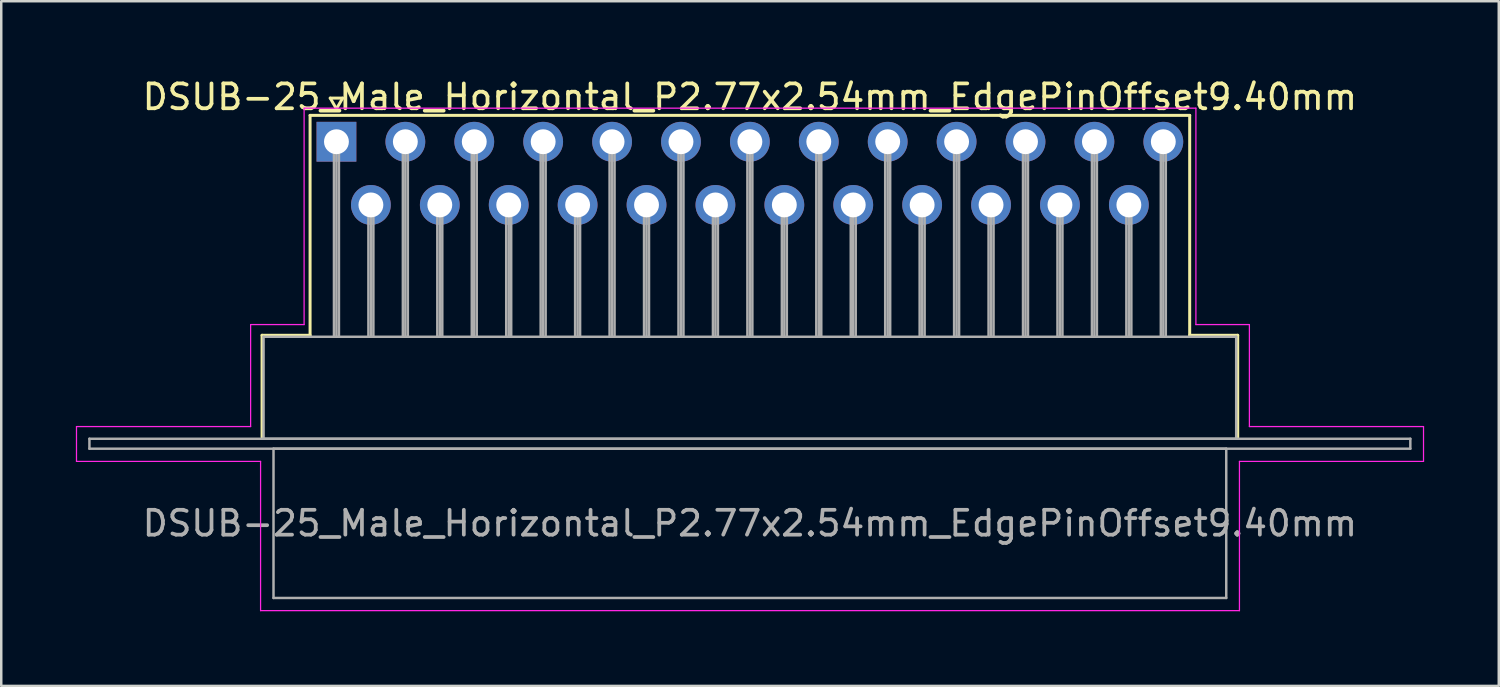
<source format=kicad_pcb>
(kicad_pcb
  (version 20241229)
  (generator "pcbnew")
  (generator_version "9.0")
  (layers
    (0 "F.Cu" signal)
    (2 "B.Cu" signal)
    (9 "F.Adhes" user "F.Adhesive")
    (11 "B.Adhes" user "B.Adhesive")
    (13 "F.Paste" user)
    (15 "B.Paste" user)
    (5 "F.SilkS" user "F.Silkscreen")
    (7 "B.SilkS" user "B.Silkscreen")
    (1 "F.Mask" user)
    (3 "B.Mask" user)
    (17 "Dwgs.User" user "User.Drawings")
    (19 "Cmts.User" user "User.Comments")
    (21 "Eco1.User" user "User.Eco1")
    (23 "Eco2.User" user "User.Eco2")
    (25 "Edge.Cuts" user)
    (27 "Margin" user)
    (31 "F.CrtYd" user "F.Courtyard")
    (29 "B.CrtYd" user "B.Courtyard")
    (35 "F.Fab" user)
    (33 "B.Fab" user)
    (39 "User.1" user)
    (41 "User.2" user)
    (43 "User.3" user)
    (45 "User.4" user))
  (footprint "DSUB-25_Male_Horizontal_P2.77x2.54mm_EdgePinOffset9.40mm"
    (layer "F.Cu")
    (at 10.475 2.648)
    (property "Reference" "DSUB-25_Male_Horizontal_P2.77x2.54mm_EdgePinOffset9.40mm" (at 16.62 -1.8 0) (layer "F.SilkS") (effects (font (size 1 1) (thickness 0.15))))
    (attr through_hole)
    (fp_line (start -2.99 7.78) (end -1.06 7.78) (stroke (width 0.12) (type solid)) (layer "F.SilkS"))
    (fp_line (start -2.99 11.88) (end -2.99 7.78) (stroke (width 0.12) (type solid)) (layer "F.SilkS"))
    (fp_line (start -1.06 -1.06) (end 34.3 -1.06) (stroke (width 0.12) (type solid)) (layer "F.SilkS"))
    (fp_line (start -1.06 7.78) (end -1.06 -1.06) (stroke (width 0.12) (type solid)) (layer "F.SilkS"))
    (fp_line (start -0.25 -1.754) (end 0.25 -1.754) (stroke (width 0.12) (type solid)) (layer "F.SilkS"))
    (fp_line (start 0 -1.321) (end -0.25 -1.754) (stroke (width 0.12) (type solid)) (layer "F.SilkS"))
    (fp_line (start 0.25 -1.754) (end 0 -1.321) (stroke (width 0.12) (type solid)) (layer "F.SilkS"))
    (fp_line (start 34.3 -1.06) (end 34.3 7.78) (stroke (width 0.12) (type solid)) (layer "F.SilkS"))
    (fp_line (start 34.3 7.78) (end 36.23 7.78) (stroke (width 0.12) (type solid)) (layer "F.SilkS"))
    (fp_line (start 36.23 7.78) (end 36.23 11.88) (stroke (width 0.12) (type solid)) (layer "F.SilkS"))
    (fp_line (start -10.45 11.45) (end -3.45 11.45) (stroke (width 0.05) (type solid)) (layer "F.CrtYd"))
    (fp_line (start -10.45 12.85) (end -10.45 11.45) (stroke (width 0.05) (type solid)) (layer "F.CrtYd"))
    (fp_line (start -3.45 7.35) (end -1.3 7.35) (stroke (width 0.05) (type solid)) (layer "F.CrtYd"))
    (fp_line (start -3.45 11.45) (end -3.45 7.35) (stroke (width 0.05) (type solid)) (layer "F.CrtYd"))
    (fp_line (start -3.05 12.85) (end -10.45 12.85) (stroke (width 0.05) (type solid)) (layer "F.CrtYd"))
    (fp_line (start -3.05 18.85) (end -3.05 12.85) (stroke (width 0.05) (type solid)) (layer "F.CrtYd"))
    (fp_line (start -1.3 -1.35) (end 34.55 -1.35) (stroke (width 0.05) (type solid)) (layer "F.CrtYd"))
    (fp_line (start -1.3 7.35) (end -1.3 -1.35) (stroke (width 0.05) (type solid)) (layer "F.CrtYd"))
    (fp_line (start 34.55 -1.35) (end 34.55 7.35) (stroke (width 0.05) (type solid)) (layer "F.CrtYd"))
    (fp_line (start 34.55 7.35) (end 36.7 7.35) (stroke (width 0.05) (type solid)) (layer "F.CrtYd"))
    (fp_line (start 36.3 12.85) (end 36.3 18.85) (stroke (width 0.05) (type solid)) (layer "F.CrtYd"))
    (fp_line (start 36.3 18.85) (end -3.05 18.85) (stroke (width 0.05) (type solid)) (layer "F.CrtYd"))
    (fp_line (start 36.7 7.35) (end 36.7 11.45) (stroke (width 0.05) (type solid)) (layer "F.CrtYd"))
    (fp_line (start 36.7 11.45) (end 43.7 11.45) (stroke (width 0.05) (type solid)) (layer "F.CrtYd"))
    (fp_line (start 43.7 11.45) (end 43.7 12.85) (stroke (width 0.05) (type solid)) (layer "F.CrtYd"))
    (fp_line (start 43.7 12.85) (end 36.3 12.85) (stroke (width 0.05) (type solid)) (layer "F.CrtYd"))
    (fp_line (start -9.93 11.94) (end -9.93 12.34) (stroke (width 0.1) (type solid)) (layer "F.Fab"))
    (fp_line (start -9.93 12.34) (end 43.17 12.34) (stroke (width 0.1) (type solid)) (layer "F.Fab"))
    (fp_line (start -2.93 7.84) (end -2.93 11.94) (stroke (width 0.1) (type solid)) (layer "F.Fab"))
    (fp_line (start -2.93 11.94) (end 36.17 11.94) (stroke (width 0.1) (type solid)) (layer "F.Fab"))
    (fp_line (start -2.53 12.34) (end -2.53 18.34) (stroke (width 0.1) (type solid)) (layer "F.Fab"))
    (fp_line (start -2.53 18.34) (end 35.77 18.34) (stroke (width 0.1) (type solid)) (layer "F.Fab"))
    (fp_line (start -0.1 0) (end -0.1 7.84) (stroke (width 0.1) (type solid)) (layer "F.Fab"))
    (fp_line (start 0 0) (end 0 7.84) (stroke (width 0.1) (type solid)) (layer "F.Fab"))
    (fp_line (start 0.1 0) (end 0.1 7.84) (stroke (width 0.1) (type solid)) (layer "F.Fab"))
    (fp_line (start 1.285 2.54) (end 1.285 7.84) (stroke (width 0.1) (type solid)) (layer "F.Fab"))
    (fp_line (start 1.385 2.54) (end 1.385 7.84) (stroke (width 0.1) (type solid)) (layer "F.Fab"))
    (fp_line (start 1.485 2.54) (end 1.485 7.84) (stroke (width 0.1) (type solid)) (layer "F.Fab"))
    (fp_line (start 2.67 0) (end 2.67 7.84) (stroke (width 0.1) (type solid)) (layer "F.Fab"))
    (fp_line (start 2.77 0) (end 2.77 7.84) (stroke (width 0.1) (type solid)) (layer "F.Fab"))
    (fp_line (start 2.87 0) (end 2.87 7.84) (stroke (width 0.1) (type solid)) (layer "F.Fab"))
    (fp_line (start 4.055 2.54) (end 4.055 7.84) (stroke (width 0.1) (type solid)) (layer "F.Fab"))
    (fp_line (start 4.155 2.54) (end 4.155 7.84) (stroke (width 0.1) (type solid)) (layer "F.Fab"))
    (fp_line (start 4.255 2.54) (end 4.255 7.84) (stroke (width 0.1) (type solid)) (layer "F.Fab"))
    (fp_line (start 5.44 0) (end 5.44 7.84) (stroke (width 0.1) (type solid)) (layer "F.Fab"))
    (fp_line (start 5.54 0) (end 5.54 7.84) (stroke (width 0.1) (type solid)) (layer "F.Fab"))
    (fp_line (start 5.64 0) (end 5.64 7.84) (stroke (width 0.1) (type solid)) (layer "F.Fab"))
    (fp_line (start 6.825 2.54) (end 6.825 7.84) (stroke (width 0.1) (type solid)) (layer "F.Fab"))
    (fp_line (start 6.925 2.54) (end 6.925 7.84) (stroke (width 0.1) (type solid)) (layer "F.Fab"))
    (fp_line (start 7.025 2.54) (end 7.025 7.84) (stroke (width 0.1) (type solid)) (layer "F.Fab"))
    (fp_line (start 8.21 0) (end 8.21 7.84) (stroke (width 0.1) (type solid)) (layer "F.Fab"))
    (fp_line (start 8.31 0) (end 8.31 7.84) (stroke (width 0.1) (type solid)) (layer "F.Fab"))
    (fp_line (start 8.41 0) (end 8.41 7.84) (stroke (width 0.1) (type solid)) (layer "F.Fab"))
    (fp_line (start 9.595 2.54) (end 9.595 7.84) (stroke (width 0.1) (type solid)) (layer "F.Fab"))
    (fp_line (start 9.695 2.54) (end 9.695 7.84) (stroke (width 0.1) (type solid)) (layer "F.Fab"))
    (fp_line (start 9.795 2.54) (end 9.795 7.84) (stroke (width 0.1) (type solid)) (layer "F.Fab"))
    (fp_line (start 10.98 0) (end 10.98 7.84) (stroke (width 0.1) (type solid)) (layer "F.Fab"))
    (fp_line (start 11.08 0) (end 11.08 7.84) (stroke (width 0.1) (type solid)) (layer "F.Fab"))
    (fp_line (start 11.18 0) (end 11.18 7.84) (stroke (width 0.1) (type solid)) (layer "F.Fab"))
    (fp_line (start 12.365 2.54) (end 12.365 7.84) (stroke (width 0.1) (type solid)) (layer "F.Fab"))
    (fp_line (start 12.465 2.54) (end 12.465 7.84) (stroke (width 0.1) (type solid)) (layer "F.Fab"))
    (fp_line (start 12.565 2.54) (end 12.565 7.84) (stroke (width 0.1) (type solid)) (layer "F.Fab"))
    (fp_line (start 13.75 0) (end 13.75 7.84) (stroke (width 0.1) (type solid)) (layer "F.Fab"))
    (fp_line (start 13.85 0) (end 13.85 7.84) (stroke (width 0.1) (type solid)) (layer "F.Fab"))
    (fp_line (start 13.95 0) (end 13.95 7.84) (stroke (width 0.1) (type solid)) (layer "F.Fab"))
    (fp_line (start 15.135 2.54) (end 15.135 7.84) (stroke (width 0.1) (type solid)) (layer "F.Fab"))
    (fp_line (start 15.235 2.54) (end 15.235 7.84) (stroke (width 0.1) (type solid)) (layer "F.Fab"))
    (fp_line (start 15.335 2.54) (end 15.335 7.84) (stroke (width 0.1) (type solid)) (layer "F.Fab"))
    (fp_line (start 16.52 0) (end 16.52 7.84) (stroke (width 0.1) (type solid)) (layer "F.Fab"))
    (fp_line (start 16.62 0) (end 16.62 7.84) (stroke (width 0.1) (type solid)) (layer "F.Fab"))
    (fp_line (start 16.72 0) (end 16.72 7.84) (stroke (width 0.1) (type solid)) (layer "F.Fab"))
    (fp_line (start 17.905 2.54) (end 17.905 7.84) (stroke (width 0.1) (type solid)) (layer "F.Fab"))
    (fp_line (start 18.005 2.54) (end 18.005 7.84) (stroke (width 0.1) (type solid)) (layer "F.Fab"))
    (fp_line (start 18.105 2.54) (end 18.105 7.84) (stroke (width 0.1) (type solid)) (layer "F.Fab"))
    (fp_line (start 19.29 0) (end 19.29 7.84) (stroke (width 0.1) (type solid)) (layer "F.Fab"))
    (fp_line (start 19.39 0) (end 19.39 7.84) (stroke (width 0.1) (type solid)) (layer "F.Fab"))
    (fp_line (start 19.49 0) (end 19.49 7.84) (stroke (width 0.1) (type solid)) (layer "F.Fab"))
    (fp_line (start 20.675 2.54) (end 20.675 7.84) (stroke (width 0.1) (type solid)) (layer "F.Fab"))
    (fp_line (start 20.775 2.54) (end 20.775 7.84) (stroke (width 0.1) (type solid)) (layer "F.Fab"))
    (fp_line (start 20.875 2.54) (end 20.875 7.84) (stroke (width 0.1) (type solid)) (layer "F.Fab"))
    (fp_line (start 22.06 0) (end 22.06 7.84) (stroke (width 0.1) (type solid)) (layer "F.Fab"))
    (fp_line (start 22.16 0) (end 22.16 7.84) (stroke (width 0.1) (type solid)) (layer "F.Fab"))
    (fp_line (start 22.26 0) (end 22.26 7.84) (stroke (width 0.1) (type solid)) (layer "F.Fab"))
    (fp_line (start 23.445 2.54) (end 23.445 7.84) (stroke (width 0.1) (type solid)) (layer "F.Fab"))
    (fp_line (start 23.545 2.54) (end 23.545 7.84) (stroke (width 0.1) (type solid)) (layer "F.Fab"))
    (fp_line (start 23.645 2.54) (end 23.645 7.84) (stroke (width 0.1) (type solid)) (layer "F.Fab"))
    (fp_line (start 24.83 0) (end 24.83 7.84) (stroke (width 0.1) (type solid)) (layer "F.Fab"))
    (fp_line (start 24.93 0) (end 24.93 7.84) (stroke (width 0.1) (type solid)) (layer "F.Fab"))
    (fp_line (start 25.03 0) (end 25.03 7.84) (stroke (width 0.1) (type solid)) (layer "F.Fab"))
    (fp_line (start 26.215 2.54) (end 26.215 7.84) (stroke (width 0.1) (type solid)) (layer "F.Fab"))
    (fp_line (start 26.315 2.54) (end 26.315 7.84) (stroke (width 0.1) (type solid)) (layer "F.Fab"))
    (fp_line (start 26.415 2.54) (end 26.415 7.84) (stroke (width 0.1) (type solid)) (layer "F.Fab"))
    (fp_line (start 27.6 0) (end 27.6 7.84) (stroke (width 0.1) (type solid)) (layer "F.Fab"))
    (fp_line (start 27.7 0) (end 27.7 7.84) (stroke (width 0.1) (type solid)) (layer "F.Fab"))
    (fp_line (start 27.8 0) (end 27.8 7.84) (stroke (width 0.1) (type solid)) (layer "F.Fab"))
    (fp_line (start 28.985 2.54) (end 28.985 7.84) (stroke (width 0.1) (type solid)) (layer "F.Fab"))
    (fp_line (start 29.085 2.54) (end 29.085 7.84) (stroke (width 0.1) (type solid)) (layer "F.Fab"))
    (fp_line (start 29.185 2.54) (end 29.185 7.84) (stroke (width 0.1) (type solid)) (layer "F.Fab"))
    (fp_line (start 30.37 0) (end 30.37 7.84) (stroke (width 0.1) (type solid)) (layer "F.Fab"))
    (fp_line (start 30.47 0) (end 30.47 7.84) (stroke (width 0.1) (type solid)) (layer "F.Fab"))
    (fp_line (start 30.57 0) (end 30.57 7.84) (stroke (width 0.1) (type solid)) (layer "F.Fab"))
    (fp_line (start 31.755 2.54) (end 31.755 7.84) (stroke (width 0.1) (type solid)) (layer "F.Fab"))
    (fp_line (start 31.855 2.54) (end 31.855 7.84) (stroke (width 0.1) (type solid)) (layer "F.Fab"))
    (fp_line (start 31.955 2.54) (end 31.955 7.84) (stroke (width 0.1) (type solid)) (layer "F.Fab"))
    (fp_line (start 33.14 0) (end 33.14 7.84) (stroke (width 0.1) (type solid)) (layer "F.Fab"))
    (fp_line (start 33.24 0) (end 33.24 7.84) (stroke (width 0.1) (type solid)) (layer "F.Fab"))
    (fp_line (start 33.34 0) (end 33.34 7.84) (stroke (width 0.1) (type solid)) (layer "F.Fab"))
    (fp_line (start 35.77 12.34) (end -2.53 12.34) (stroke (width 0.1) (type solid)) (layer "F.Fab"))
    (fp_line (start 35.77 18.34) (end 35.77 12.34) (stroke (width 0.1) (type solid)) (layer "F.Fab"))
    (fp_line (start 36.17 7.84) (end -2.93 7.84) (stroke (width 0.1) (type solid)) (layer "F.Fab"))
    (fp_line (start 36.17 11.94) (end 36.17 7.84) (stroke (width 0.1) (type solid)) (layer "F.Fab"))
    (fp_line (start 43.17 11.94) (end -9.93 11.94) (stroke (width 0.1) (type solid)) (layer "F.Fab"))
    (fp_line (start 43.17 12.34) (end 43.17 11.94) (stroke (width 0.1) (type solid)) (layer "F.Fab"))
    (fp_text user "${REFERENCE}" (at 16.62 15.34 0) (layer "F.Fab") (effects (font (size 1 1) (thickness 0.15))))
    (pad "1" thru_hole rect (at 0 0) (size 1.6 1.6) (drill 1) (layers "*.Cu" "*.Mask"))
    (pad "2" thru_hole circle (at 2.77 0) (size 1.6 1.6) (drill 1) (layers "*.Cu" "*.Mask"))
    (pad "3" thru_hole circle (at 5.54 0) (size 1.6 1.6) (drill 1) (layers "*.Cu" "*.Mask"))
    (pad "4" thru_hole circle (at 8.31 0) (size 1.6 1.6) (drill 1) (layers "*.Cu" "*.Mask"))
    (pad "5" thru_hole circle (at 11.08 0) (size 1.6 1.6) (drill 1) (layers "*.Cu" "*.Mask"))
    (pad "6" thru_hole circle (at 13.85 0) (size 1.6 1.6) (drill 1) (layers "*.Cu" "*.Mask"))
    (pad "7" thru_hole circle (at 16.62 0) (size 1.6 1.6) (drill 1) (layers "*.Cu" "*.Mask"))
    (pad "8" thru_hole circle (at 19.39 0) (size 1.6 1.6) (drill 1) (layers "*.Cu" "*.Mask"))
    (pad "9" thru_hole circle (at 22.16 0) (size 1.6 1.6) (drill 1) (layers "*.Cu" "*.Mask"))
    (pad "10" thru_hole circle (at 24.93 0) (size 1.6 1.6) (drill 1) (layers "*.Cu" "*.Mask"))
    (pad "11" thru_hole circle (at 27.7 0) (size 1.6 1.6) (drill 1) (layers "*.Cu" "*.Mask"))
    (pad "12" thru_hole circle (at 30.47 0) (size 1.6 1.6) (drill 1) (layers "*.Cu" "*.Mask"))
    (pad "13" thru_hole circle (at 33.24 0) (size 1.6 1.6) (drill 1) (layers "*.Cu" "*.Mask"))
    (pad "14" thru_hole circle (at 1.385 2.54) (size 1.6 1.6) (drill 1) (layers "*.Cu" "*.Mask"))
    (pad "15" thru_hole circle (at 4.155 2.54) (size 1.6 1.6) (drill 1) (layers "*.Cu" "*.Mask"))
    (pad "16" thru_hole circle (at 6.925 2.54) (size 1.6 1.6) (drill 1) (layers "*.Cu" "*.Mask"))
    (pad "17" thru_hole circle (at 9.695 2.54) (size 1.6 1.6) (drill 1) (layers "*.Cu" "*.Mask"))
    (pad "18" thru_hole circle (at 12.465 2.54) (size 1.6 1.6) (drill 1) (layers "*.Cu" "*.Mask"))
    (pad "19" thru_hole circle (at 15.235 2.54) (size 1.6 1.6) (drill 1) (layers "*.Cu" "*.Mask"))
    (pad "20" thru_hole circle (at 18.005 2.54) (size 1.6 1.6) (drill 1) (layers "*.Cu" "*.Mask"))
    (pad "21" thru_hole circle (at 20.775 2.54) (size 1.6 1.6) (drill 1) (layers "*.Cu" "*.Mask"))
    (pad "22" thru_hole circle (at 23.545 2.54) (size 1.6 1.6) (drill 1) (layers "*.Cu" "*.Mask"))
    (pad "23" thru_hole circle (at 26.315 2.54) (size 1.6 1.6) (drill 1) (layers "*.Cu" "*.Mask"))
    (pad "24" thru_hole circle (at 29.085 2.54) (size 1.6 1.6) (drill 1) (layers "*.Cu" "*.Mask"))
    (pad "25" thru_hole circle (at 31.855 2.54) (size 1.6 1.6) (drill 1) (layers "*.Cu" "*.Mask")))
  (gr_rect
    (start -3 -3)
    (end 57.2 24.523)
    (stroke (width 0.1) (type default))
    (fill no)
    (layer "Edge.Cuts")))
</source>
